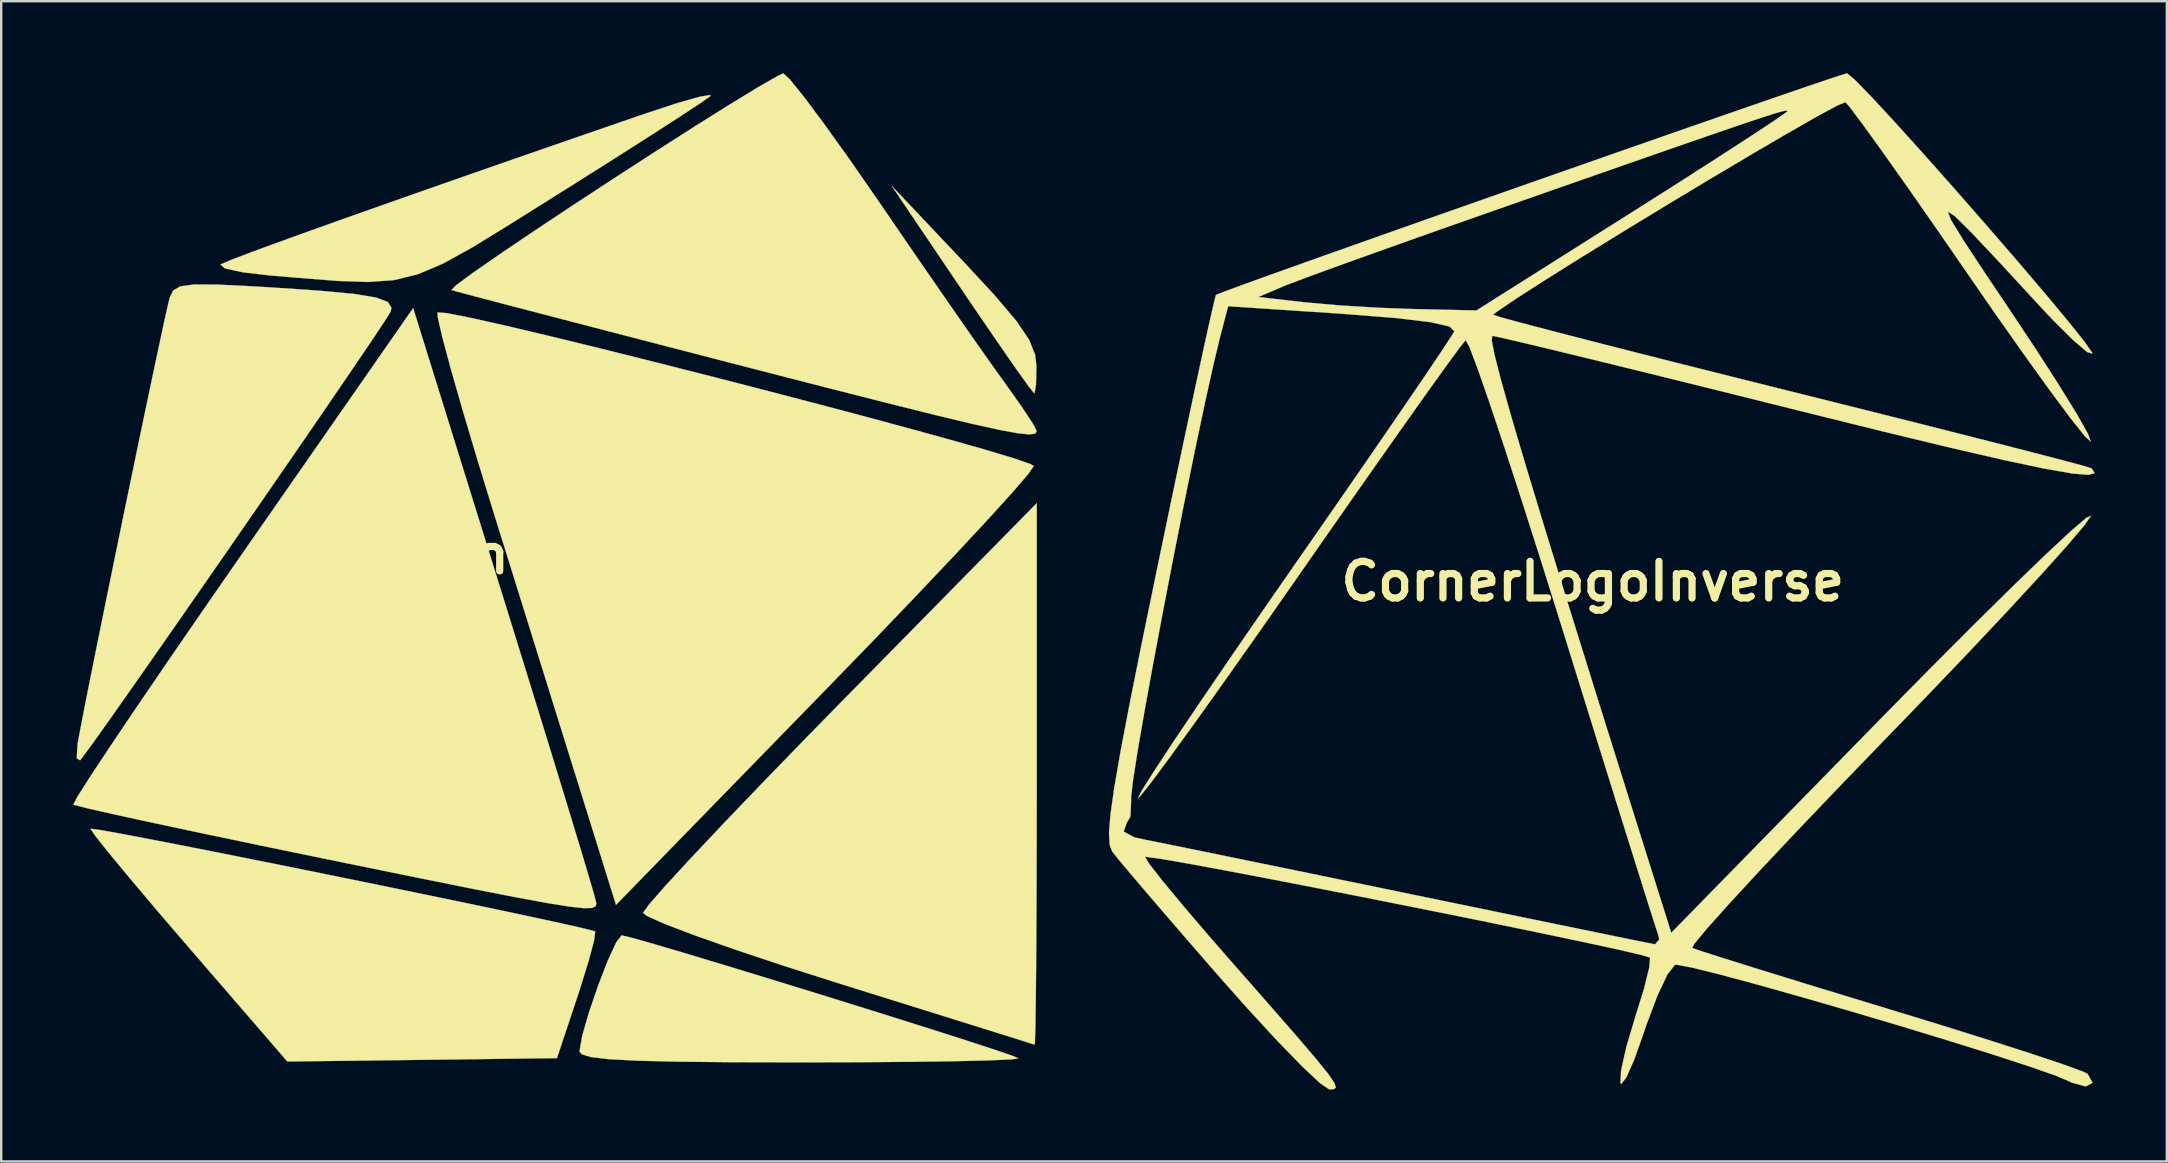
<source format=kicad_pcb>
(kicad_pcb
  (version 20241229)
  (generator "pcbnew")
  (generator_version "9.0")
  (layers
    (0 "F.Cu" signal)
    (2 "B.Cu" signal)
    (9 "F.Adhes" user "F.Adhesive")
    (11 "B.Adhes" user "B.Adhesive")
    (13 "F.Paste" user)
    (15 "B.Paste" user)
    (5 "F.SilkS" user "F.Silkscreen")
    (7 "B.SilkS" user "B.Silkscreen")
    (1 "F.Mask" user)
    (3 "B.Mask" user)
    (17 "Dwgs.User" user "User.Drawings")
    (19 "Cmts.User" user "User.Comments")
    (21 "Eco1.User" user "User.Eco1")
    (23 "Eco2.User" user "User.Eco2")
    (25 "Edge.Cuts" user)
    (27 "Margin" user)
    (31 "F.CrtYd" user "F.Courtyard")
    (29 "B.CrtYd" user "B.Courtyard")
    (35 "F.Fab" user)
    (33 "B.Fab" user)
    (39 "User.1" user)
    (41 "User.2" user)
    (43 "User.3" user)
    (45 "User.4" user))
  (footprint "CornerLogoInverse"
    (layer "F.Cu")
    (at 63.307 21.172)
    (property "Reference" "CornerLogoInverse" (at 0 0 0) (layer "F.SilkS") (effects (font (size 1.524 1.524) (thickness 0.3))))
    (attr through_hole)
    (fp_poly (pts (xy 10.903 -20.913) (xy 11.585 -20.214) (xy 12.556 -19.166) (xy 13.734 -17.862) (xy 15.035 -16.397) (xy 16.378 -14.865) (xy 17.678 -13.362) (xy 18.854 -11.982) (xy 19.822 -10.819) (xy 20.5 -9.968) (xy 20.805 -9.524) (xy 20.814 -9.493) (xy 20.597 -9.555) (xy 20.014 -10.053) (xy 19.166 -10.895) (xy 18.588 -11.511) (xy 16.963 -13.273) (xy 15.798 -14.511) (xy 15.079 -15.222) (xy 14.791 -15.406) (xy 14.923 -15.061) (xy 15.459 -14.185) (xy 16.387 -12.778) (xy 17.324 -11.385) (xy 18.461 -9.673) (xy 19.431 -8.166) (xy 20.175 -6.958) (xy 20.634 -6.143) (xy 20.752 -5.818) (xy 20.508 -6.041) (xy 19.925 -6.773) (xy 19.059 -7.935) (xy 17.966 -9.452) (xy 16.703 -11.247) (xy 15.7 -12.697) (xy 14.337 -14.672) (xy 13.096 -16.451) (xy 12.034 -17.951) (xy 11.212 -19.09) (xy 10.687 -19.786) (xy 10.528 -19.966) (xy 10.187 -19.826) (xy 9.348 -19.373) (xy 8.112 -18.667) (xy 6.58 -17.771) (xy 4.852 -16.744) (xy 3.029 -15.647) (xy 1.212 -14.541) (xy -0.499 -13.487) (xy -2.002 -12.545) (xy -3.198 -11.776) (xy -3.984 -11.242) (xy -4.158 -11.11) (xy -3.852 -11.01) (xy -2.936 -10.759) (xy -1.485 -10.379) (xy 0.425 -9.887) (xy 2.718 -9.303) (xy 5.321 -8.648) (xy 8.157 -7.939) (xy 8.189 -7.931) (xy 11.04 -7.219) (xy 13.669 -6.559) (xy 15.999 -5.968) (xy 17.953 -5.469) (xy 19.453 -5.079) (xy 20.423 -4.82) (xy 20.784 -4.71) (xy 20.913 -4.51) (xy 20.651 -4.437) (xy 19.959 -4.498) (xy 18.794 -4.703) (xy 17.117 -5.058) (xy 14.885 -5.573) (xy 12.057 -6.255) (xy 8.593 -7.113) (xy 8.306 -7.185) (xy 5.48 -7.89) (xy 2.868 -8.537) (xy 0.551 -9.107) (xy -1.393 -9.58) (xy -2.884 -9.938) (xy -3.843 -10.161) (xy -4.186 -10.231) (xy -4.209 -10.036) (xy -4.091 -9.431) (xy -3.822 -8.385) (xy -3.394 -6.865) (xy -2.796 -4.84) (xy -2.019 -2.278) (xy -1.055 0.852) (xy 0.107 4.582) (xy 1.476 8.945) (xy 1.825 10.054) (xy 3.27 14.64) (xy 12.072 5.644) (xy 14.089 3.597) (xy 15.936 1.746) (xy 17.561 0.145) (xy 18.909 -1.156) (xy 19.927 -2.103) (xy 20.56 -2.646) (xy 20.756 -2.736) (xy 20.489 -2.345) (xy 19.785 -1.514) (xy 18.702 -0.307) (xy 17.298 1.214) (xy 15.632 2.986) (xy 13.76 4.944) (xy 12.254 6.5) (xy 10.289 8.534) (xy 8.502 10.406) (xy 6.949 12.056) (xy 5.685 13.426) (xy 4.763 14.457) (xy 4.238 15.09) (xy 4.141 15.27) (xy 4.541 15.41) (xy 5.52 15.723) (xy 6.979 16.179) (xy 8.821 16.748) (xy 10.949 17.398) (xy 12.347 17.823) (xy 14.606 18.515) (xy 16.643 19.154) (xy 18.36 19.707) (xy 19.657 20.142) (xy 20.436 20.428) (xy 20.614 20.515) (xy 20.824 20.889) (xy 20.538 21.041) (xy 19.956 20.883) (xy 19.878 20.841) (xy 19.282 20.589) (xy 18.161 20.197) (xy 16.628 19.698) (xy 14.802 19.127) (xy 12.797 18.517) (xy 10.729 17.903) (xy 8.714 17.32) (xy 6.868 16.8) (xy 5.307 16.38) (xy 4.147 16.092) (xy 3.503 15.972) (xy 3.421 15.976) (xy 3.113 16.37) (xy 2.69 17.265) (xy 2.233 18.481) (xy 2.146 18.742) (xy 1.737 19.9) (xy 1.396 20.675) (xy 1.181 20.939) (xy 1.152 20.903) (xy 1.181 20.365) (xy 1.402 19.378) (xy 1.769 18.153) (xy 1.771 18.146) (xy 2.134 16.973) (xy 2.354 16.088) (xy 2.388 15.677) (xy 2.384 15.672) (xy 2.006 15.559) (xy 1.043 15.335) (xy -0.401 15.022) (xy -2.224 14.639) (xy -4.322 14.207) (xy -6.591 13.748) (xy -8.929 13.281) (xy -11.231 12.827) (xy -13.395 12.407) (xy -15.317 12.041) (xy -16.893 11.75) (xy -18.022 11.555) (xy -18.598 11.476) (xy -18.65 11.479) (xy -18.474 11.773) (xy -17.905 12.5) (xy -17.017 13.57) (xy -15.888 14.889) (xy -15.12 15.769) (xy -13.523 17.587) (xy -12.339 18.943) (xy -11.518 19.904) (xy -11.006 20.538) (xy -10.753 20.914) (xy -10.705 21.097) (xy -10.812 21.157) (xy -10.981 21.162) (xy -11.361 20.906) (xy -12.113 20.199) (xy -13.153 19.128) (xy -14.396 17.78) (xy -15.522 16.512) (xy -16.878 14.953) (xy -18.094 13.544) (xy -19.084 12.385) (xy -19.762 11.576) (xy -20.022 11.251) (xy -20.126 10.975) (xy -20.154 10.489) (xy -20.149 10.424) (xy -19.541 10.424) (xy -19.109 10.659) (xy -18.635 10.766) (xy -17.991 10.894) (xy -16.756 11.145) (xy -15.032 11.498) (xy -12.92 11.931) (xy -10.519 12.425) (xy -7.931 12.959) (xy -7.585 13.031) (xy -5.034 13.557) (xy -2.707 14.037) (xy -0.693 14.451) (xy 0.917 14.781) (xy 2.034 15.009) (xy 2.567 15.115) (xy 2.595 15.12) (xy 2.77 14.915) (xy 2.725 14.719) (xy 2.584 14.289) (xy 2.258 13.263) (xy 1.773 11.72) (xy 1.152 9.74) (xy 0.421 7.399) (xy -0.395 4.778) (xy -1.249 2.033) (xy -2.124 -0.758) (xy -2.941 -3.316) (xy -3.675 -5.569) (xy -4.302 -7.443) (xy -4.797 -8.865) (xy -5.136 -9.759) (xy -5.294 -10.053) (xy -5.294 -10.052) (xy -5.547 -9.737) (xy -6.153 -8.91) (xy -7.062 -7.641) (xy -8.225 -5.999) (xy -9.593 -4.054) (xy -11.118 -1.874) (xy -12.172 -0.36) (xy -13.765 1.92) (xy -15.229 3.996) (xy -16.516 5.802) (xy -17.579 7.271) (xy -18.369 8.337) (xy -18.84 8.932) (xy -18.951 9.036) (xy -18.792 8.722) (xy -18.274 7.901) (xy -17.443 6.639) (xy -16.344 5.008) (xy -15.025 3.074) (xy -13.532 0.908) (xy -12.509 -0.564) (xy -10.914 -2.859) (xy -9.449 -4.977) (xy -8.162 -6.847) (xy -7.103 -8.398) (xy -6.321 -9.557) (xy -5.864 -10.254) (xy -5.766 -10.422) (xy -5.967 -10.62) (xy -6.755 -10.8) (xy -8.169 -10.97) (xy -10.247 -11.135) (xy -10.401 -11.146) (xy -15.191 -11.465) (xy -15.514 -10.231) (xy -15.803 -9.034) (xy -16.165 -7.402) (xy -16.579 -5.441) (xy -17.023 -3.261) (xy -17.477 -0.97) (xy -17.919 1.323) (xy -18.33 3.509) (xy -18.688 5.481) (xy -18.973 7.129) (xy -19.162 8.345) (xy -19.237 9.02) (xy -19.231 9.112) (xy -19.263 9.796) (xy -19.423 10.078) (xy -19.541 10.424) (xy -20.149 10.424) (xy -20.094 9.722) (xy -19.937 8.606) (xy -19.672 7.074) (xy -19.286 5.055) (xy -18.77 2.482) (xy -18.137 -0.591) (xy -17.572 -3.305) (xy -17.05 -5.789) (xy -16.587 -7.962) (xy -16.203 -9.741) (xy -15.914 -11.045) (xy -15.739 -11.79) (xy -15.722 -11.848) (xy -13.935 -11.848) (xy -11.994 -11.626) (xy -10.598 -11.502) (xy -8.894 -11.399) (xy -7.45 -11.346) (xy -4.845 -11.289) (xy 1.634 -15.38) (xy 3.53 -16.582) (xy 5.206 -17.656) (xy 6.578 -18.545) (xy 7.56 -19.194) (xy 8.065 -19.546) (xy 8.114 -19.592) (xy 8.075 -19.615) (xy 7.916 -19.59) (xy 7.575 -19.494) (xy 6.99 -19.307) (xy 6.097 -19.007) (xy 4.835 -18.574) (xy 3.141 -17.987) (xy 0.953 -17.224) (xy -1.792 -16.264) (xy -4.233 -15.408) (xy -6.48 -14.618) (xy -8.557 -13.88) (xy -10.355 -13.236) (xy -11.76 -12.724) (xy -12.662 -12.386) (xy -12.876 -12.3) (xy -13.935 -11.848) (xy -15.722 -11.848) (xy -15.696 -11.936) (xy -15.349 -12.075) (xy -14.424 -12.414) (xy -13.007 -12.925) (xy -11.185 -13.574) (xy -9.047 -14.333) (xy -6.678 -15.17) (xy -4.167 -16.054) (xy -1.601 -16.955) (xy 0.932 -17.843) (xy 3.346 -18.686) (xy 5.554 -19.454) (xy 7.466 -20.116) (xy 8.998 -20.642) (xy 10.06 -21) (xy 10.566 -21.161) (xy 10.594 -21.167) (xy 10.903 -20.913)) (stroke (width 0.01) (type solid)) (fill yes) (layer "F.SilkS")))
  (footprint "CornerLogo"
    (layer "F.Cu")
    (at 19.329 20.043)
    (property "Reference" "CornerLogo" (at 0 0 0) (layer "F.SilkS") (effects (font (size 1.524 1.524) (thickness 0.3))))
    (attr through_hole)
    (fp_poly (pts (xy 17.78 -12.171) (xy 19.09 -10.756) (xy 19.969 -9.716) (xy 20.495 -8.94) (xy 20.745 -8.314) (xy 20.8 -7.849) (xy 20.782 -7.068) (xy 20.719 -6.706) (xy 20.712 -6.703) (xy 20.49 -6.979) (xy 19.946 -7.739) (xy 19.153 -8.881) (xy 18.181 -10.302) (xy 17.692 -11.024) (xy 14.774 -15.346) (xy 17.78 -12.171)) (stroke (width 0.01) (type solid)) (fill yes) (layer "F.SilkS"))
    (fp_poly (pts (xy -18.254 11.478) (xy -17.313 11.646) (xy -15.888 11.917) (xy -14.081 12.27) (xy -11.996 12.685) (xy -9.735 13.14) (xy -7.402 13.614) (xy -5.099 14.087) (xy -2.93 14.536) (xy -0.997 14.943) (xy 0.596 15.285) (xy 1.747 15.541) (xy 2.352 15.69) (xy 2.418 15.715) (xy 2.374 16.079) (xy 2.145 16.94) (xy 1.777 18.127) (xy 1.683 18.411) (xy 0.824 20.99) (xy -10.407 21.131) (xy -14.556 16.331) (xy -15.877 14.792) (xy -17.013 13.446) (xy -17.894 12.381) (xy -18.447 11.681) (xy -18.607 11.434) (xy -18.254 11.478)) (stroke (width 0.01) (type solid)) (fill yes) (layer "F.SilkS"))
    (fp_poly (pts (xy 20.814 9.166) (xy 20.811 11.906) (xy 20.804 14.405) (xy 20.792 16.579) (xy 20.777 18.345) (xy 20.759 19.619) (xy 20.738 20.319) (xy 20.726 20.429) (xy 20.379 20.319) (xy 19.452 20.028) (xy 18.038 19.585) (xy 16.229 19.02) (xy 14.12 18.361) (xy 12.524 17.862) (xy 10.263 17.141) (xy 8.245 16.467) (xy 6.562 15.875) (xy 5.305 15.396) (xy 4.568 15.065) (xy 4.41 14.939) (xy 4.649 14.603) (xy 5.327 13.828) (xy 6.387 12.676) (xy 7.77 11.209) (xy 9.419 9.488) (xy 11.275 7.575) (xy 12.612 6.21) (xy 20.814 -2.13) (xy 20.814 9.166)) (stroke (width 0.01) (type solid)) (fill yes) (layer "F.SilkS"))
    (fp_poly (pts (xy 3.941 15.975) (xy 4.915 16.252) (xy 6.328 16.67) (xy 8.066 17.195) (xy 10.015 17.79) (xy 12.063 18.422) (xy 14.095 19.055) (xy 15.998 19.654) (xy 17.66 20.183) (xy 18.965 20.608) (xy 19.801 20.893) (xy 20.057 20.998) (xy 19.766 21.043) (xy 18.86 21.083) (xy 17.428 21.118) (xy 15.561 21.144) (xy 13.348 21.161) (xy 10.995 21.167) (xy 8.105 21.16) (xy 5.852 21.138) (xy 4.169 21.097) (xy 2.986 21.034) (xy 2.238 20.946) (xy 1.854 20.828) (xy 1.764 20.706) (xy 1.875 20.066) (xy 2.157 19.088) (xy 2.537 17.976) (xy 2.941 16.933) (xy 3.294 16.165) (xy 3.518 15.875) (xy 3.941 15.975)) (stroke (width 0.01) (type solid)) (fill yes) (layer "F.SilkS"))
    (fp_poly (pts (xy 7.217 -19.091) (xy 6.825 -18.813) (xy 5.932 -18.225) (xy 4.633 -17.388) (xy 3.025 -16.365) (xy 1.204 -15.217) (xy 0.908 -15.032) (xy -1.132 -13.75) (xy -2.701 -12.787) (xy -3.939 -12.104) (xy -4.983 -11.663) (xy -5.971 -11.422) (xy -7.04 -11.345) (xy -8.329 -11.39) (xy -9.975 -11.52) (xy -11.113 -11.616) (xy -12.258 -11.747) (xy -12.999 -11.908) (xy -13.194 -12.065) (xy -13.172 -12.084) (xy -12.72 -12.278) (xy -11.666 -12.677) (xy -10.076 -13.256) (xy -8.017 -13.993) (xy -5.555 -14.863) (xy -2.756 -15.845) (xy 0.315 -16.913) (xy 3.591 -18.045) (xy 4.571 -18.382) (xy 5.837 -18.797) (xy 6.759 -19.06) (xy 7.211 -19.137) (xy 7.217 -19.091)) (stroke (width 0.01) (type solid)) (fill yes) (layer "F.SilkS"))
    (fp_poly (pts (xy -1.348 2.012) (xy -0.475 4.825) (xy 0.327 7.425) (xy 1.037 9.736) (xy 1.629 11.681) (xy 2.081 13.183) (xy 2.369 14.164) (xy 2.469 14.549) (xy 2.434 14.666) (xy 2.282 14.734) (xy 1.945 14.742) (xy 1.353 14.679) (xy 0.439 14.533) (xy -0.868 14.293) (xy -2.635 13.948) (xy -4.932 13.485) (xy -7.826 12.894) (xy -8.975 12.659) (xy -11.56 12.126) (xy -13.914 11.633) (xy -15.95 11.2) (xy -17.581 10.845) (xy -18.721 10.586) (xy -19.282 10.444) (xy -19.324 10.427) (xy -19.163 10.115) (xy -18.64 9.292) (xy -17.802 8.024) (xy -16.692 6.376) (xy -15.354 4.414) (xy -13.834 2.205) (xy -12.315 0.015) (xy -5.166 -10.257) (xy -1.348 2.012)) (stroke (width 0.01) (type solid)) (fill yes) (layer "F.SilkS"))
    (fp_poly (pts (xy -3.768 -10.048) (xy -2.796 -9.857) (xy -1.332 -9.529) (xy 0.533 -9.088) (xy 2.703 -8.558) (xy 5.086 -7.962) (xy 7.587 -7.326) (xy 10.114 -6.674) (xy 12.572 -6.028) (xy 14.868 -5.414) (xy 16.909 -4.856) (xy 18.6 -4.378) (xy 19.847 -4.003) (xy 20.558 -3.756) (xy 20.688 -3.68) (xy 20.472 -3.36) (xy 19.816 -2.597) (xy 18.775 -1.449) (xy 17.403 0.025) (xy 15.756 1.765) (xy 13.889 3.712) (xy 12.033 5.626) (xy 3.285 14.604) (xy 2.025 10.565) (xy 1.544 9.024) (xy 0.903 6.971) (xy 0.154 4.57) (xy -0.653 1.981) (xy -1.468 -0.632) (xy -1.794 -1.675) (xy -2.495 -3.957) (xy -3.107 -6.011) (xy -3.602 -7.743) (xy -3.955 -9.059) (xy -4.139 -9.865) (xy -4.152 -10.077) (xy -3.768 -10.048)) (stroke (width 0.01) (type solid)) (fill yes) (layer "F.SilkS"))
    (fp_poly (pts (xy -13.311 -11.236) (xy -11.793 -11.161) (xy -11.165 -11.124) (xy -9.098 -10.985) (xy -7.645 -10.85) (xy -6.716 -10.698) (xy -6.222 -10.513) (xy -6.071 -10.276) (xy -6.104 -10.11) (xy -6.333 -9.742) (xy -6.907 -8.881) (xy -7.766 -7.614) (xy -8.85 -6.026) (xy -10.102 -4.205) (xy -11.46 -2.235) (xy -12.866 -0.202) (xy -14.26 1.806) (xy -15.582 3.705) (xy -16.773 5.409) (xy -17.773 6.831) (xy -18.524 7.885) (xy -18.965 8.486) (xy -19.042 8.582) (xy -19.183 8.502) (xy -19.148 7.908) (xy -19.143 7.876) (xy -18.99 7.058) (xy -18.728 5.724) (xy -18.38 3.991) (xy -17.97 1.972) (xy -17.521 -0.218) (xy -17.058 -2.465) (xy -16.604 -4.653) (xy -16.182 -6.668) (xy -15.817 -8.395) (xy -15.532 -9.721) (xy -15.35 -10.529) (xy -15.304 -10.708) (xy -15.163 -10.99) (xy -14.869 -11.163) (xy -14.294 -11.241) (xy -13.311 -11.236)) (stroke (width 0.01) (type solid)) (fill yes) (layer "F.SilkS"))
    (fp_poly (pts (xy 10.521 -19.794) (xy 11.119 -19.051) (xy 11.98 -17.898) (xy 13.036 -16.421) (xy 14.224 -14.709) (xy 14.319 -14.57) (xy 15.616 -12.677) (xy 16.877 -10.849) (xy 18.009 -9.22) (xy 18.92 -7.924) (xy 19.469 -7.159) (xy 20.16 -6.187) (xy 20.646 -5.452) (xy 20.814 -5.13) (xy 20.749 -5.029) (xy 20.512 -4.995) (xy 20.041 -5.04) (xy 19.273 -5.181) (xy 18.145 -5.429) (xy 16.596 -5.8) (xy 14.563 -6.307) (xy 11.982 -6.964) (xy 8.793 -7.785) (xy 8.203 -7.937) (xy 5.471 -8.644) (xy 2.95 -9.298) (xy 0.725 -9.877) (xy -1.123 -10.359) (xy -2.51 -10.724) (xy -3.353 -10.948) (xy -3.574 -11.01) (xy -3.372 -11.214) (xy -2.671 -11.731) (xy -1.568 -12.496) (xy -0.16 -13.446) (xy 1.453 -14.518) (xy 3.176 -15.647) (xy 4.91 -16.769) (xy 6.558 -17.822) (xy 8.022 -18.74) (xy 9.205 -19.462) (xy 10.009 -19.921) (xy 10.249 -20.038) (xy 10.521 -19.794)) (stroke (width 0.01) (type solid)) (fill yes) (layer "F.SilkS")))
  (gr_rect
    (start -3 -3)
    (end 87.225 45.339)
    (stroke (width 0.1) (type default))
    (fill no)
    (layer "Edge.Cuts")))
</source>
